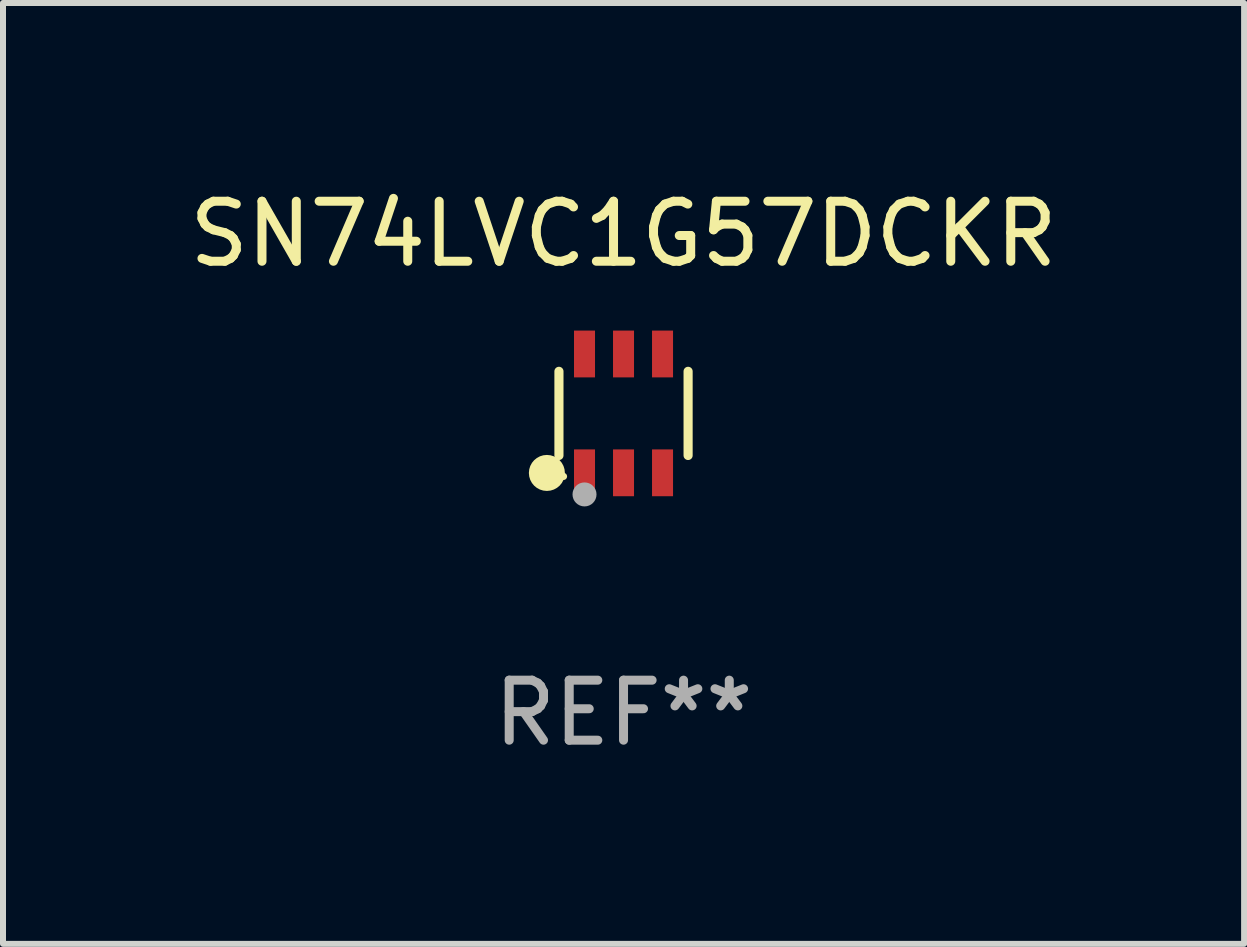
<source format=kicad_pcb>
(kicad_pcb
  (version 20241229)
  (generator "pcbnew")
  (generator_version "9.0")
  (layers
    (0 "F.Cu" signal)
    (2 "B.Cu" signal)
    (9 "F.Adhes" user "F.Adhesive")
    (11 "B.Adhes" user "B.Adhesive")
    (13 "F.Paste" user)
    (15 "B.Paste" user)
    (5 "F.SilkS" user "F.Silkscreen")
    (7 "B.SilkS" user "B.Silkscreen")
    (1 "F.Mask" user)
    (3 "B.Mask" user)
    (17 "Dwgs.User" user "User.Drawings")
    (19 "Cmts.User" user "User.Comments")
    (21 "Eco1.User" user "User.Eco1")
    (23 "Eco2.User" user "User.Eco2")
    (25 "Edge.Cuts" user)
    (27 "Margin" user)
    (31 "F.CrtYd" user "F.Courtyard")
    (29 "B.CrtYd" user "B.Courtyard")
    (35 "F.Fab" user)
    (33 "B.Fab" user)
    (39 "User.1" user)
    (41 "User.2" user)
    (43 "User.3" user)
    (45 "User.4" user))
  (footprint "SN74LVC1G57DCKR"
    (layer "F.Cu")
    (at 7.339 3.838)
    (property "Reference" "SN74LVC1G57DCKR" (at 0 -2.99 0) (layer "F.SilkS") (effects (font (size 1 1) (thickness 0.15))))
    (attr through_hole)
    (fp_line (start -1.076 0.701) (end -1.076 -0.701) (stroke (width 0.152) (type solid)) (layer "F.SilkS"))
    (fp_line (start 1.076 0.701) (end 1.076 -0.701) (stroke (width 0.152) (type solid)) (layer "F.SilkS"))
    (fp_circle (center -1.277 0.992) (end -1.127 0.992) (stroke (width 0.3) (type solid)) (fill no) (layer "F.SilkS"))
    (fp_circle (center -1 1.05) (end -0.97 1.05) (stroke (width 0.06) (type solid)) (fill no) (layer "F.SilkS"))
    (fp_circle (center -0.65 1.35) (end -0.55 1.35) (stroke (width 0.2) (type solid)) (fill no) (layer "F.Fab"))
    (fp_text user "REF**" (at 0 4.99 0) (layer "F.Fab") (effects (font (size 1 1) (thickness 0.15))))
    (pad "1" smd rect (at -0.65 0.99) (size 0.35 0.78) (layers "F.Cu" "F.Mask" "F.Paste"))
    (pad "2" smd rect (at 0 0.99) (size 0.35 0.78) (layers "F.Cu" "F.Mask" "F.Paste"))
    (pad "3" smd rect (at 0.65 0.99) (size 0.35 0.78) (layers "F.Cu" "F.Mask" "F.Paste"))
    (pad "4" smd rect (at 0.65 -0.99) (size 0.35 0.78) (layers "F.Cu" "F.Mask" "F.Paste"))
    (pad "5" smd rect (at 0 -0.99) (size 0.35 0.78) (layers "F.Cu" "F.Mask" "F.Paste"))
    (pad "6" smd rect (at -0.65 -0.99) (size 0.35 0.78) (layers "F.Cu" "F.Mask" "F.Paste")))
  (gr_rect
    (start -3 -3)
    (end 17.679 12.676)
    (stroke (width 0.1) (type default))
    (fill no)
    (layer "Edge.Cuts")))
</source>
